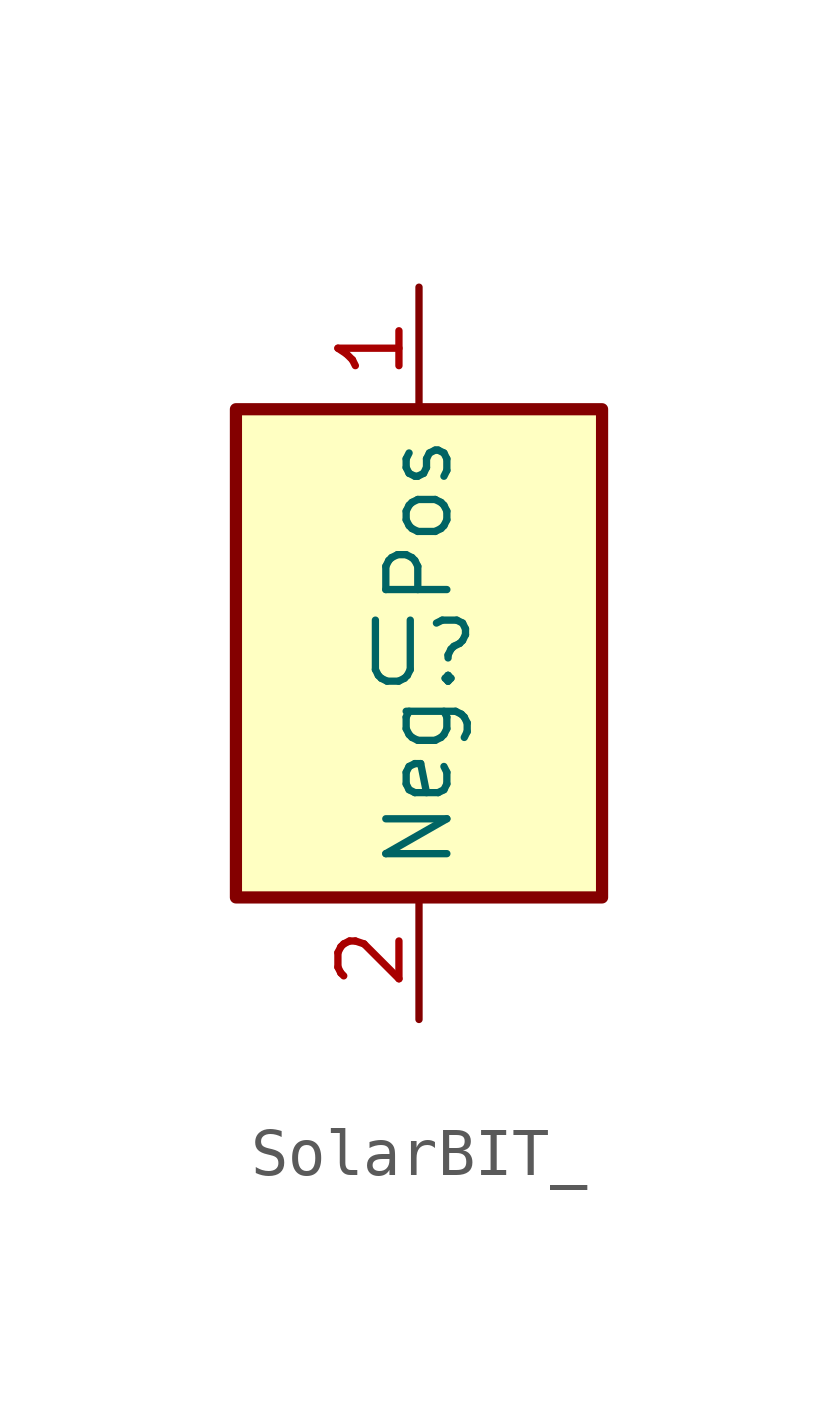
<source format=kicad_sym>
(kicad_symbol_lib
  (version 20220914)
  (generator kicad_symbol_editor)
  (symbol "SolarBIT_"
    (property "Reference" "U"
      (at 0 0 0)
      (effects (font (size 1.27 1.27))))
    (property "Value" ""
      (at 0 0 0)
      (effects (font (size 1.27 1.27))))
    (symbol "SolarBIT__0_1"
      (rectangle (start -3.81 5.08) (end 3.81 -5.08) (stroke (width 0.254) (type default)) (fill (type background))))
    (symbol "SolarBIT__1_1"
      (pin passive line (at 0 7.62 270) (length 2.54) (name "Pos" (effects (font (size 1.27 1.27)))) (number "1" (effects (font (size 1.27 1.27)))))
      (pin passive line (at 0 -7.62 90) (length 2.54) (name "Neg" (effects (font (size 1.27 1.27)))) (number "2" (effects (font (size 1.27 1.27))))))))
</source>
